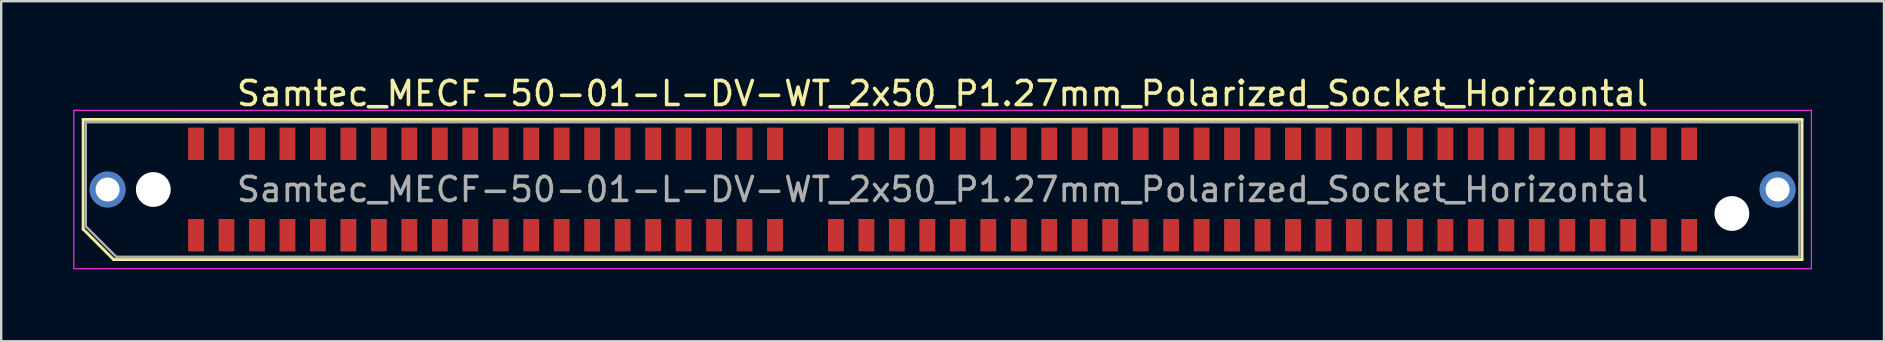
<source format=kicad_pcb>
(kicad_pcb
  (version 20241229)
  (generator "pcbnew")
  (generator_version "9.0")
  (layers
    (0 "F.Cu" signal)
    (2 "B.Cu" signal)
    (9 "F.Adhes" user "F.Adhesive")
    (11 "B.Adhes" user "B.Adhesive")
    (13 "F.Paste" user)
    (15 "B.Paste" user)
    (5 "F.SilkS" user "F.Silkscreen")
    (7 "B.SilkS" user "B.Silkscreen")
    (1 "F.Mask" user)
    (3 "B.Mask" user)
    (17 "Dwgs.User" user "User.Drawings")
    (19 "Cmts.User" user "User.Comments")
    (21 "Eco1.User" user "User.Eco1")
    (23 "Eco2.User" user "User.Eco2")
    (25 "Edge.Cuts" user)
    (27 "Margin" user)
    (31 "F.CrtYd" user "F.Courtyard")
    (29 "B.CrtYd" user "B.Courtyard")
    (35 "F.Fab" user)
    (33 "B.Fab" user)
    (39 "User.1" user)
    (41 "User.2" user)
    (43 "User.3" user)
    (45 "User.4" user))
  (footprint "Samtec_MECF-50-01-L-DV-WT_2x50_P1.27mm_Polarized_Socket_Horizontal"
    (layer "F.Cu")
    (at 36.235 4.848)
    (property "Reference" "Samtec_MECF-50-01-L-DV-WT_2x50_P1.27mm_Polarized_Socket_Horizontal" (at 0 -4 0) (layer "F.SilkS") (effects (font (size 1 1) (thickness 0.15))))
    (attr smd)
    (fp_line (start -35.82 -2.92) (end 35.82 -2.92) (stroke (width 0.12) (type solid)) (layer "F.SilkS"))
    (fp_line (start -35.82 1.65) (end -35.82 -2.92) (stroke (width 0.12) (type solid)) (layer "F.SilkS"))
    (fp_line (start -34.55 2.92) (end -35.82 1.65) (stroke (width 0.12) (type solid)) (layer "F.SilkS"))
    (fp_line (start -34.55 2.92) (end 35.82 2.92) (stroke (width 0.12) (type solid)) (layer "F.SilkS"))
    (fp_line (start 35.82 2.92) (end 35.82 -2.92) (stroke (width 0.12) (type solid)) (layer "F.SilkS"))
    (fp_line (start -36.21 -3.3) (end -36.21 3.3) (stroke (width 0.05) (type solid)) (layer "F.CrtYd"))
    (fp_line (start -36.21 3.3) (end 36.21 3.3) (stroke (width 0.05) (type solid)) (layer "F.CrtYd"))
    (fp_line (start 36.21 -3.3) (end -36.21 -3.3) (stroke (width 0.05) (type solid)) (layer "F.CrtYd"))
    (fp_line (start 36.21 3.3) (end 36.21 -3.3) (stroke (width 0.05) (type solid)) (layer "F.CrtYd"))
    (fp_line (start -35.71 -2.805) (end 35.71 -2.805) (stroke (width 0.1) (type solid)) (layer "F.Fab"))
    (fp_line (start -35.71 1.535) (end -35.71 -2.805) (stroke (width 0.1) (type solid)) (layer "F.Fab"))
    (fp_line (start -35.71 1.535) (end -34.44 2.805) (stroke (width 0.1) (type solid)) (layer "F.Fab"))
    (fp_line (start -34.44 2.805) (end 35.71 2.805) (stroke (width 0.1) (type solid)) (layer "F.Fab"))
    (fp_line (start 35.71 2.805) (end 35.71 -2.805) (stroke (width 0.1) (type solid)) (layer "F.Fab"))
    (fp_text user "${REFERENCE}" (at 0 0 0) (layer "F.Fab") (effects (font (size 1 1) (thickness 0.15))))
    (pad "" thru_hole circle (at -34.8 0) (size 1.5 1.5) (drill 1) (layers "*.Cu" "*.Mask"))
    (pad "" np_thru_hole circle (at -32.895 0) (size 1.45 1.45) (drill 1.45) (layers "*.Cu" "*.Mask"))
    (pad "" np_thru_hole circle (at 32.895 1) (size 1.45 1.45) (drill 1.45) (layers "*.Cu" "*.Mask"))
    (pad "" thru_hole circle (at 34.8 0) (size 1.5 1.5) (drill 1) (layers "*.Cu" "*.Mask"))
    (pad "1" smd rect (at -31.115 1.905) (size 0.66 1.35) (layers "F.Cu" "F.Mask" "F.Paste"))
    (pad "2" smd rect (at -31.115 -1.905) (size 0.66 1.35) (layers "F.Cu" "F.Mask" "F.Paste"))
    (pad "3" smd rect (at -29.845 1.905) (size 0.66 1.35) (layers "F.Cu" "F.Mask" "F.Paste"))
    (pad "4" smd rect (at -29.845 -1.905) (size 0.66 1.35) (layers "F.Cu" "F.Mask" "F.Paste"))
    (pad "5" smd rect (at -28.575 1.905) (size 0.66 1.35) (layers "F.Cu" "F.Mask" "F.Paste"))
    (pad "6" smd rect (at -28.575 -1.905) (size 0.66 1.35) (layers "F.Cu" "F.Mask" "F.Paste"))
    (pad "7" smd rect (at -27.305 1.905) (size 0.66 1.35) (layers "F.Cu" "F.Mask" "F.Paste"))
    (pad "8" smd rect (at -27.305 -1.905) (size 0.66 1.35) (layers "F.Cu" "F.Mask" "F.Paste"))
    (pad "9" smd rect (at -26.035 1.905) (size 0.66 1.35) (layers "F.Cu" "F.Mask" "F.Paste"))
    (pad "10" smd rect (at -26.035 -1.905) (size 0.66 1.35) (layers "F.Cu" "F.Mask" "F.Paste"))
    (pad "11" smd rect (at -24.765 1.905) (size 0.66 1.35) (layers "F.Cu" "F.Mask" "F.Paste"))
    (pad "12" smd rect (at -24.765 -1.905) (size 0.66 1.35) (layers "F.Cu" "F.Mask" "F.Paste"))
    (pad "13" smd rect (at -23.495 1.905) (size 0.66 1.35) (layers "F.Cu" "F.Mask" "F.Paste"))
    (pad "14" smd rect (at -23.495 -1.905) (size 0.66 1.35) (layers "F.Cu" "F.Mask" "F.Paste"))
    (pad "15" smd rect (at -22.225 1.905) (size 0.66 1.35) (layers "F.Cu" "F.Mask" "F.Paste"))
    (pad "16" smd rect (at -22.225 -1.905) (size 0.66 1.35) (layers "F.Cu" "F.Mask" "F.Paste"))
    (pad "17" smd rect (at -20.955 1.905) (size 0.66 1.35) (layers "F.Cu" "F.Mask" "F.Paste"))
    (pad "18" smd rect (at -20.955 -1.905) (size 0.66 1.35) (layers "F.Cu" "F.Mask" "F.Paste"))
    (pad "19" smd rect (at -19.685 1.905) (size 0.66 1.35) (layers "F.Cu" "F.Mask" "F.Paste"))
    (pad "20" smd rect (at -19.685 -1.905) (size 0.66 1.35) (layers "F.Cu" "F.Mask" "F.Paste"))
    (pad "21" smd rect (at -18.415 1.905) (size 0.66 1.35) (layers "F.Cu" "F.Mask" "F.Paste"))
    (pad "22" smd rect (at -18.415 -1.905) (size 0.66 1.35) (layers "F.Cu" "F.Mask" "F.Paste"))
    (pad "23" smd rect (at -17.145 1.905) (size 0.66 1.35) (layers "F.Cu" "F.Mask" "F.Paste"))
    (pad "24" smd rect (at -17.145 -1.905) (size 0.66 1.35) (layers "F.Cu" "F.Mask" "F.Paste"))
    (pad "25" smd rect (at -15.875 1.905) (size 0.66 1.35) (layers "F.Cu" "F.Mask" "F.Paste"))
    (pad "26" smd rect (at -15.875 -1.905) (size 0.66 1.35) (layers "F.Cu" "F.Mask" "F.Paste"))
    (pad "27" smd rect (at -14.605 1.905) (size 0.66 1.35) (layers "F.Cu" "F.Mask" "F.Paste"))
    (pad "28" smd rect (at -14.605 -1.905) (size 0.66 1.35) (layers "F.Cu" "F.Mask" "F.Paste"))
    (pad "29" smd rect (at -13.335 1.905) (size 0.66 1.35) (layers "F.Cu" "F.Mask" "F.Paste"))
    (pad "30" smd rect (at -13.335 -1.905) (size 0.66 1.35) (layers "F.Cu" "F.Mask" "F.Paste"))
    (pad "31" smd rect (at -12.065 1.905) (size 0.66 1.35) (layers "F.Cu" "F.Mask" "F.Paste"))
    (pad "32" smd rect (at -12.065 -1.905) (size 0.66 1.35) (layers "F.Cu" "F.Mask" "F.Paste"))
    (pad "33" smd rect (at -10.795 1.905) (size 0.66 1.35) (layers "F.Cu" "F.Mask" "F.Paste"))
    (pad "34" smd rect (at -10.795 -1.905) (size 0.66 1.35) (layers "F.Cu" "F.Mask" "F.Paste"))
    (pad "35" smd rect (at -9.525 1.905) (size 0.66 1.35) (layers "F.Cu" "F.Mask" "F.Paste"))
    (pad "36" smd rect (at -9.525 -1.905) (size 0.66 1.35) (layers "F.Cu" "F.Mask" "F.Paste"))
    (pad "37" smd rect (at -8.255 1.905) (size 0.66 1.35) (layers "F.Cu" "F.Mask" "F.Paste"))
    (pad "38" smd rect (at -8.255 -1.905) (size 0.66 1.35) (layers "F.Cu" "F.Mask" "F.Paste"))
    (pad "39" smd rect (at -6.985 1.905) (size 0.66 1.35) (layers "F.Cu" "F.Mask" "F.Paste"))
    (pad "40" smd rect (at -6.985 -1.905) (size 0.66 1.35) (layers "F.Cu" "F.Mask" "F.Paste"))
    (pad "43" smd rect (at -4.445 1.905) (size 0.66 1.35) (layers "F.Cu" "F.Mask" "F.Paste"))
    (pad "44" smd rect (at -4.445 -1.905) (size 0.66 1.35) (layers "F.Cu" "F.Mask" "F.Paste"))
    (pad "45" smd rect (at -3.175 1.905) (size 0.66 1.35) (layers "F.Cu" "F.Mask" "F.Paste"))
    (pad "46" smd rect (at -3.175 -1.905) (size 0.66 1.35) (layers "F.Cu" "F.Mask" "F.Paste"))
    (pad "47" smd rect (at -1.905 1.905) (size 0.66 1.35) (layers "F.Cu" "F.Mask" "F.Paste"))
    (pad "48" smd rect (at -1.905 -1.905) (size 0.66 1.35) (layers "F.Cu" "F.Mask" "F.Paste"))
    (pad "49" smd rect (at -0.635 1.905) (size 0.66 1.35) (layers "F.Cu" "F.Mask" "F.Paste"))
    (pad "50" smd rect (at -0.635 -1.905) (size 0.66 1.35) (layers "F.Cu" "F.Mask" "F.Paste"))
    (pad "51" smd rect (at 0.635 1.905) (size 0.66 1.35) (layers "F.Cu" "F.Mask" "F.Paste"))
    (pad "52" smd rect (at 0.635 -1.905) (size 0.66 1.35) (layers "F.Cu" "F.Mask" "F.Paste"))
    (pad "53" smd rect (at 1.905 1.905) (size 0.66 1.35) (layers "F.Cu" "F.Mask" "F.Paste"))
    (pad "54" smd rect (at 1.905 -1.905) (size 0.66 1.35) (layers "F.Cu" "F.Mask" "F.Paste"))
    (pad "55" smd rect (at 3.175 1.905) (size 0.66 1.35) (layers "F.Cu" "F.Mask" "F.Paste"))
    (pad "56" smd rect (at 3.175 -1.905) (size 0.66 1.35) (layers "F.Cu" "F.Mask" "F.Paste"))
    (pad "57" smd rect (at 4.445 1.905) (size 0.66 1.35) (layers "F.Cu" "F.Mask" "F.Paste"))
    (pad "58" smd rect (at 4.445 -1.905) (size 0.66 1.35) (layers "F.Cu" "F.Mask" "F.Paste"))
    (pad "59" smd rect (at 5.715 1.905) (size 0.66 1.35) (layers "F.Cu" "F.Mask" "F.Paste"))
    (pad "60" smd rect (at 5.715 -1.905) (size 0.66 1.35) (layers "F.Cu" "F.Mask" "F.Paste"))
    (pad "61" smd rect (at 6.985 1.905) (size 0.66 1.35) (layers "F.Cu" "F.Mask" "F.Paste"))
    (pad "62" smd rect (at 6.985 -1.905) (size 0.66 1.35) (layers "F.Cu" "F.Mask" "F.Paste"))
    (pad "63" smd rect (at 8.255 1.905) (size 0.66 1.35) (layers "F.Cu" "F.Mask" "F.Paste"))
    (pad "64" smd rect (at 8.255 -1.905) (size 0.66 1.35) (layers "F.Cu" "F.Mask" "F.Paste"))
    (pad "65" smd rect (at 9.525 1.905) (size 0.66 1.35) (layers "F.Cu" "F.Mask" "F.Paste"))
    (pad "66" smd rect (at 9.525 -1.905) (size 0.66 1.35) (layers "F.Cu" "F.Mask" "F.Paste"))
    (pad "67" smd rect (at 10.795 1.905) (size 0.66 1.35) (layers "F.Cu" "F.Mask" "F.Paste"))
    (pad "68" smd rect (at 10.795 -1.905) (size 0.66 1.35) (layers "F.Cu" "F.Mask" "F.Paste"))
    (pad "69" smd rect (at 12.065 1.905) (size 0.66 1.35) (layers "F.Cu" "F.Mask" "F.Paste"))
    (pad "70" smd rect (at 12.065 -1.905) (size 0.66 1.35) (layers "F.Cu" "F.Mask" "F.Paste"))
    (pad "71" smd rect (at 13.335 1.905) (size 0.66 1.35) (layers "F.Cu" "F.Mask" "F.Paste"))
    (pad "72" smd rect (at 13.335 -1.905) (size 0.66 1.35) (layers "F.Cu" "F.Mask" "F.Paste"))
    (pad "73" smd rect (at 14.605 1.905) (size 0.66 1.35) (layers "F.Cu" "F.Mask" "F.Paste"))
    (pad "74" smd rect (at 14.605 -1.905) (size 0.66 1.35) (layers "F.Cu" "F.Mask" "F.Paste"))
    (pad "75" smd rect (at 15.875 1.905) (size 0.66 1.35) (layers "F.Cu" "F.Mask" "F.Paste"))
    (pad "76" smd rect (at 15.875 -1.905) (size 0.66 1.35) (layers "F.Cu" "F.Mask" "F.Paste"))
    (pad "77" smd rect (at 17.145 1.905) (size 0.66 1.35) (layers "F.Cu" "F.Mask" "F.Paste"))
    (pad "78" smd rect (at 17.145 -1.905) (size 0.66 1.35) (layers "F.Cu" "F.Mask" "F.Paste"))
    (pad "79" smd rect (at 18.415 1.905) (size 0.66 1.35) (layers "F.Cu" "F.Mask" "F.Paste"))
    (pad "80" smd rect (at 18.415 -1.905) (size 0.66 1.35) (layers "F.Cu" "F.Mask" "F.Paste"))
    (pad "81" smd rect (at 19.685 1.905) (size 0.66 1.35) (layers "F.Cu" "F.Mask" "F.Paste"))
    (pad "82" smd rect (at 19.685 -1.905) (size 0.66 1.35) (layers "F.Cu" "F.Mask" "F.Paste"))
    (pad "83" smd rect (at 20.955 1.905) (size 0.66 1.35) (layers "F.Cu" "F.Mask" "F.Paste"))
    (pad "84" smd rect (at 20.955 -1.905) (size 0.66 1.35) (layers "F.Cu" "F.Mask" "F.Paste"))
    (pad "85" smd rect (at 22.225 1.905) (size 0.66 1.35) (layers "F.Cu" "F.Mask" "F.Paste"))
    (pad "86" smd rect (at 22.225 -1.905) (size 0.66 1.35) (layers "F.Cu" "F.Mask" "F.Paste"))
    (pad "87" smd rect (at 23.495 1.905) (size 0.66 1.35) (layers "F.Cu" "F.Mask" "F.Paste"))
    (pad "88" smd rect (at 23.495 -1.905) (size 0.66 1.35) (layers "F.Cu" "F.Mask" "F.Paste"))
    (pad "89" smd rect (at 24.765 1.905) (size 0.66 1.35) (layers "F.Cu" "F.Mask" "F.Paste"))
    (pad "90" smd rect (at 24.765 -1.905) (size 0.66 1.35) (layers "F.Cu" "F.Mask" "F.Paste"))
    (pad "91" smd rect (at 26.035 1.905) (size 0.66 1.35) (layers "F.Cu" "F.Mask" "F.Paste"))
    (pad "92" smd rect (at 26.035 -1.905) (size 0.66 1.35) (layers "F.Cu" "F.Mask" "F.Paste"))
    (pad "93" smd rect (at 27.305 1.905) (size 0.66 1.35) (layers "F.Cu" "F.Mask" "F.Paste"))
    (pad "94" smd rect (at 27.305 -1.905) (size 0.66 1.35) (layers "F.Cu" "F.Mask" "F.Paste"))
    (pad "95" smd rect (at 28.575 1.905) (size 0.66 1.35) (layers "F.Cu" "F.Mask" "F.Paste"))
    (pad "96" smd rect (at 28.575 -1.905) (size 0.66 1.35) (layers "F.Cu" "F.Mask" "F.Paste"))
    (pad "97" smd rect (at 29.845 1.905) (size 0.66 1.35) (layers "F.Cu" "F.Mask" "F.Paste"))
    (pad "98" smd rect (at 29.845 -1.905) (size 0.66 1.35) (layers "F.Cu" "F.Mask" "F.Paste"))
    (pad "99" smd rect (at 31.115 1.905) (size 0.66 1.35) (layers "F.Cu" "F.Mask" "F.Paste"))
    (pad "100" smd rect (at 31.115 -1.905) (size 0.66 1.35) (layers "F.Cu" "F.Mask" "F.Paste")))
  (gr_rect
    (start -3 -3)
    (end 75.47 11.173)
    (stroke (width 0.1) (type default))
    (fill no)
    (layer "Edge.Cuts")))
</source>
